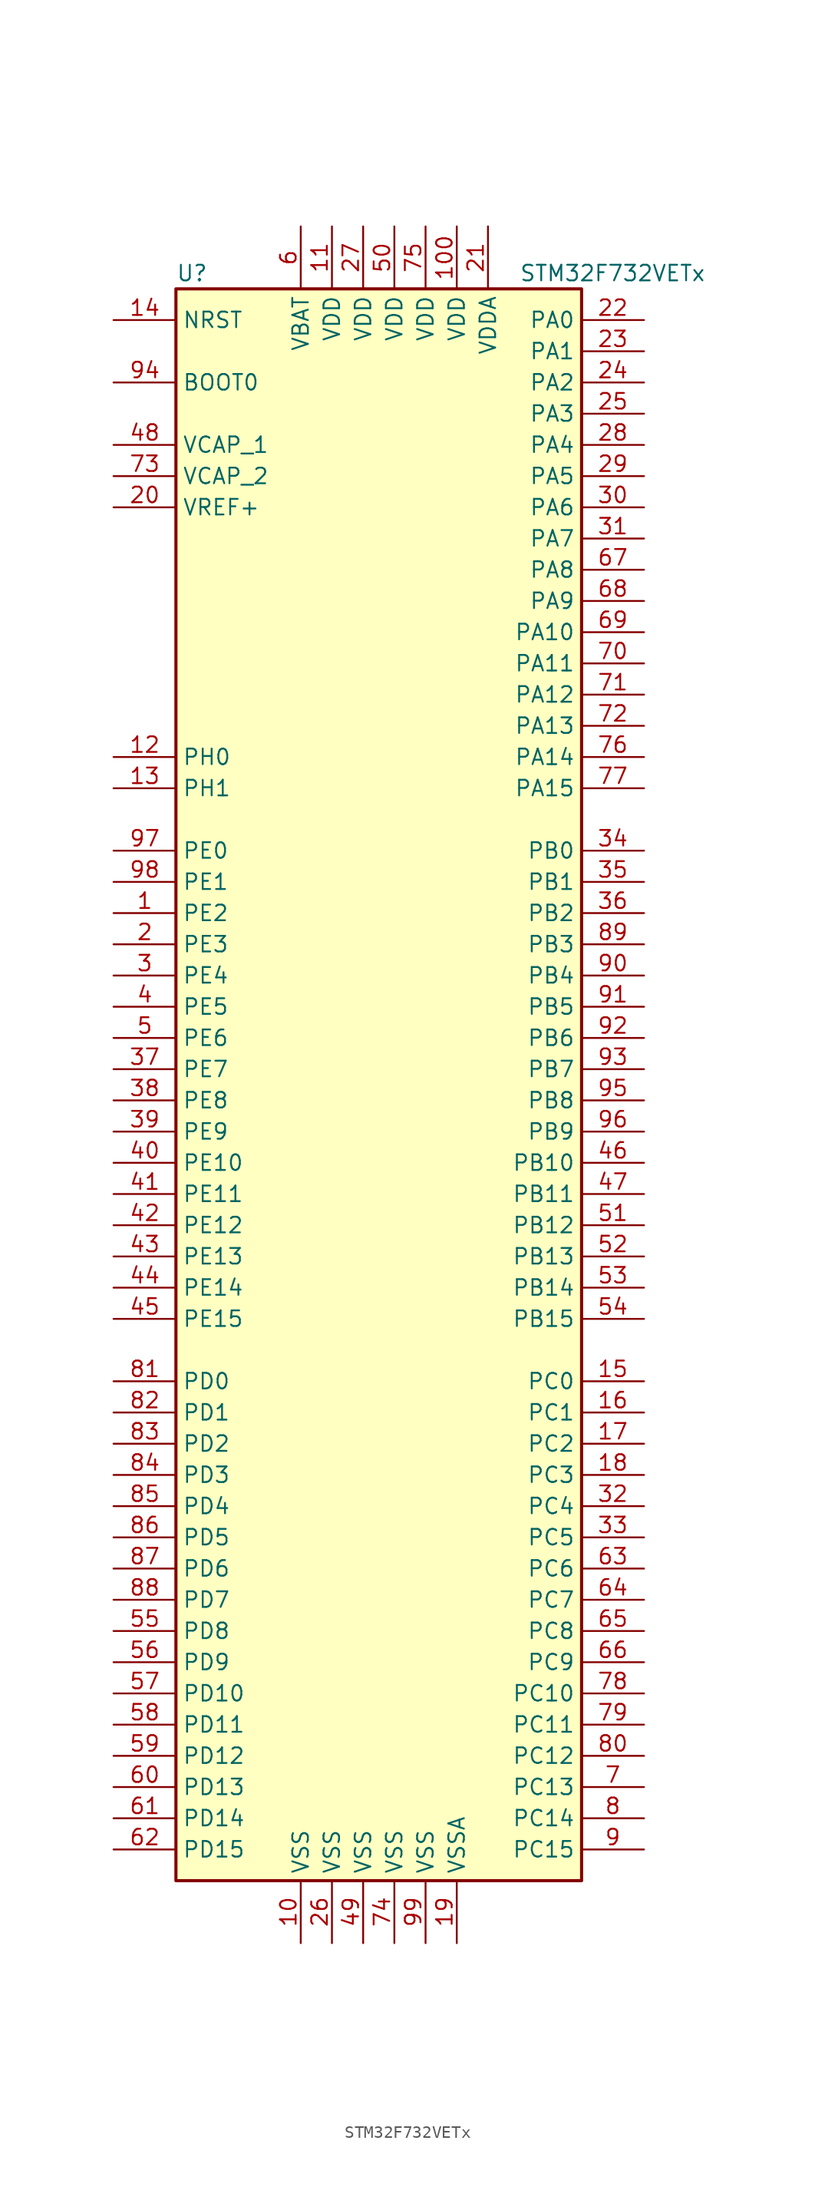
<source format=kicad_sym>
(kicad_symbol_lib
  (version 20201005)
  (generator kicad_symbol_editor)
  (symbol "STM32F732VETx"
    (property "Reference" "U"
      (at -17.78 64.77 0)
      (effects (font (size 1.27 1.27)) (justify left)))
    (property "Value" "STM32F732VETx"
      (at 10.16 64.77 0)
      (effects (font (size 1.27 1.27)) (justify left)))
    (symbol "STM32F732VETx_0_1"
      (rectangle (start -17.78 -66.04) (end 15.24 63.5) (stroke (width 0.254)) (fill (type background))))
    (symbol "STM32F732VETx_1_1"
      (pin input line (at -22.86 55.88 0) (length 5.08) (name "BOOT0" (effects (font (size 1.27 1.27)))) (number "94" (effects (font (size 1.27 1.27)))))
      (pin input line (at -22.86 60.96 0) (length 5.08) (name "NRST" (effects (font (size 1.27 1.27)))) (number "14" (effects (font (size 1.27 1.27)))))
      (pin bidirectional line (at 20.32 60.96 180) (length 5.08) (name "PA0" (effects (font (size 1.27 1.27)))) (number "22" (effects (font (size 1.27 1.27)))))
      (pin bidirectional line (at 20.32 58.42 180) (length 5.08) (name "PA1" (effects (font (size 1.27 1.27)))) (number "23" (effects (font (size 1.27 1.27)))))
      (pin bidirectional line (at 20.32 35.56 180) (length 5.08) (name "PA10" (effects (font (size 1.27 1.27)))) (number "69" (effects (font (size 1.27 1.27)))))
      (pin bidirectional line (at 20.32 33.02 180) (length 5.08) (name "PA11" (effects (font (size 1.27 1.27)))) (number "70" (effects (font (size 1.27 1.27)))))
      (pin bidirectional line (at 20.32 30.48 180) (length 5.08) (name "PA12" (effects (font (size 1.27 1.27)))) (number "71" (effects (font (size 1.27 1.27)))))
      (pin bidirectional line (at 20.32 27.94 180) (length 5.08) (name "PA13" (effects (font (size 1.27 1.27)))) (number "72" (effects (font (size 1.27 1.27)))))
      (pin bidirectional line (at 20.32 25.4 180) (length 5.08) (name "PA14" (effects (font (size 1.27 1.27)))) (number "76" (effects (font (size 1.27 1.27)))))
      (pin bidirectional line (at 20.32 22.86 180) (length 5.08) (name "PA15" (effects (font (size 1.27 1.27)))) (number "77" (effects (font (size 1.27 1.27)))))
      (pin bidirectional line (at 20.32 55.88 180) (length 5.08) (name "PA2" (effects (font (size 1.27 1.27)))) (number "24" (effects (font (size 1.27 1.27)))))
      (pin bidirectional line (at 20.32 53.34 180) (length 5.08) (name "PA3" (effects (font (size 1.27 1.27)))) (number "25" (effects (font (size 1.27 1.27)))))
      (pin bidirectional line (at 20.32 50.8 180) (length 5.08) (name "PA4" (effects (font (size 1.27 1.27)))) (number "28" (effects (font (size 1.27 1.27)))))
      (pin bidirectional line (at 20.32 48.26 180) (length 5.08) (name "PA5" (effects (font (size 1.27 1.27)))) (number "29" (effects (font (size 1.27 1.27)))))
      (pin bidirectional line (at 20.32 45.72 180) (length 5.08) (name "PA6" (effects (font (size 1.27 1.27)))) (number "30" (effects (font (size 1.27 1.27)))))
      (pin bidirectional line (at 20.32 43.18 180) (length 5.08) (name "PA7" (effects (font (size 1.27 1.27)))) (number "31" (effects (font (size 1.27 1.27)))))
      (pin bidirectional line (at 20.32 40.64 180) (length 5.08) (name "PA8" (effects (font (size 1.27 1.27)))) (number "67" (effects (font (size 1.27 1.27)))))
      (pin bidirectional line (at 20.32 38.1 180) (length 5.08) (name "PA9" (effects (font (size 1.27 1.27)))) (number "68" (effects (font (size 1.27 1.27)))))
      (pin bidirectional line (at 20.32 17.78 180) (length 5.08) (name "PB0" (effects (font (size 1.27 1.27)))) (number "34" (effects (font (size 1.27 1.27)))))
      (pin bidirectional line (at 20.32 15.24 180) (length 5.08) (name "PB1" (effects (font (size 1.27 1.27)))) (number "35" (effects (font (size 1.27 1.27)))))
      (pin bidirectional line (at 20.32 -7.62 180) (length 5.08) (name "PB10" (effects (font (size 1.27 1.27)))) (number "46" (effects (font (size 1.27 1.27)))))
      (pin bidirectional line (at 20.32 -10.16 180) (length 5.08) (name "PB11" (effects (font (size 1.27 1.27)))) (number "47" (effects (font (size 1.27 1.27)))))
      (pin bidirectional line (at 20.32 -12.7 180) (length 5.08) (name "PB12" (effects (font (size 1.27 1.27)))) (number "51" (effects (font (size 1.27 1.27)))))
      (pin bidirectional line (at 20.32 -15.24 180) (length 5.08) (name "PB13" (effects (font (size 1.27 1.27)))) (number "52" (effects (font (size 1.27 1.27)))))
      (pin bidirectional line (at 20.32 -17.78 180) (length 5.08) (name "PB14" (effects (font (size 1.27 1.27)))) (number "53" (effects (font (size 1.27 1.27)))))
      (pin bidirectional line (at 20.32 -20.32 180) (length 5.08) (name "PB15" (effects (font (size 1.27 1.27)))) (number "54" (effects (font (size 1.27 1.27)))))
      (pin bidirectional line (at 20.32 12.7 180) (length 5.08) (name "PB2" (effects (font (size 1.27 1.27)))) (number "36" (effects (font (size 1.27 1.27)))))
      (pin bidirectional line (at 20.32 10.16 180) (length 5.08) (name "PB3" (effects (font (size 1.27 1.27)))) (number "89" (effects (font (size 1.27 1.27)))))
      (pin bidirectional line (at 20.32 7.62 180) (length 5.08) (name "PB4" (effects (font (size 1.27 1.27)))) (number "90" (effects (font (size 1.27 1.27)))))
      (pin bidirectional line (at 20.32 5.08 180) (length 5.08) (name "PB5" (effects (font (size 1.27 1.27)))) (number "91" (effects (font (size 1.27 1.27)))))
      (pin bidirectional line (at 20.32 2.54 180) (length 5.08) (name "PB6" (effects (font (size 1.27 1.27)))) (number "92" (effects (font (size 1.27 1.27)))))
      (pin bidirectional line (at 20.32 0 180) (length 5.08) (name "PB7" (effects (font (size 1.27 1.27)))) (number "93" (effects (font (size 1.27 1.27)))))
      (pin bidirectional line (at 20.32 -2.54 180) (length 5.08) (name "PB8" (effects (font (size 1.27 1.27)))) (number "95" (effects (font (size 1.27 1.27)))))
      (pin bidirectional line (at 20.32 -5.08 180) (length 5.08) (name "PB9" (effects (font (size 1.27 1.27)))) (number "96" (effects (font (size 1.27 1.27)))))
      (pin bidirectional line (at 20.32 -25.4 180) (length 5.08) (name "PC0" (effects (font (size 1.27 1.27)))) (number "15" (effects (font (size 1.27 1.27)))))
      (pin bidirectional line (at 20.32 -27.94 180) (length 5.08) (name "PC1" (effects (font (size 1.27 1.27)))) (number "16" (effects (font (size 1.27 1.27)))))
      (pin bidirectional line (at 20.32 -50.8 180) (length 5.08) (name "PC10" (effects (font (size 1.27 1.27)))) (number "78" (effects (font (size 1.27 1.27)))))
      (pin bidirectional line (at 20.32 -53.34 180) (length 5.08) (name "PC11" (effects (font (size 1.27 1.27)))) (number "79" (effects (font (size 1.27 1.27)))))
      (pin bidirectional line (at 20.32 -55.88 180) (length 5.08) (name "PC12" (effects (font (size 1.27 1.27)))) (number "80" (effects (font (size 1.27 1.27)))))
      (pin bidirectional line (at 20.32 -58.42 180) (length 5.08) (name "PC13" (effects (font (size 1.27 1.27)))) (number "7" (effects (font (size 1.27 1.27)))))
      (pin bidirectional line (at 20.32 -60.96 180) (length 5.08) (name "PC14" (effects (font (size 1.27 1.27)))) (number "8" (effects (font (size 1.27 1.27)))))
      (pin bidirectional line (at 20.32 -63.5 180) (length 5.08) (name "PC15" (effects (font (size 1.27 1.27)))) (number "9" (effects (font (size 1.27 1.27)))))
      (pin bidirectional line (at 20.32 -30.48 180) (length 5.08) (name "PC2" (effects (font (size 1.27 1.27)))) (number "17" (effects (font (size 1.27 1.27)))))
      (pin bidirectional line (at 20.32 -33.02 180) (length 5.08) (name "PC3" (effects (font (size 1.27 1.27)))) (number "18" (effects (font (size 1.27 1.27)))))
      (pin bidirectional line (at 20.32 -35.56 180) (length 5.08) (name "PC4" (effects (font (size 1.27 1.27)))) (number "32" (effects (font (size 1.27 1.27)))))
      (pin bidirectional line (at 20.32 -38.1 180) (length 5.08) (name "PC5" (effects (font (size 1.27 1.27)))) (number "33" (effects (font (size 1.27 1.27)))))
      (pin bidirectional line (at 20.32 -40.64 180) (length 5.08) (name "PC6" (effects (font (size 1.27 1.27)))) (number "63" (effects (font (size 1.27 1.27)))))
      (pin bidirectional line (at 20.32 -43.18 180) (length 5.08) (name "PC7" (effects (font (size 1.27 1.27)))) (number "64" (effects (font (size 1.27 1.27)))))
      (pin bidirectional line (at 20.32 -45.72 180) (length 5.08) (name "PC8" (effects (font (size 1.27 1.27)))) (number "65" (effects (font (size 1.27 1.27)))))
      (pin bidirectional line (at 20.32 -48.26 180) (length 5.08) (name "PC9" (effects (font (size 1.27 1.27)))) (number "66" (effects (font (size 1.27 1.27)))))
      (pin bidirectional line (at -22.86 -25.4 0) (length 5.08) (name "PD0" (effects (font (size 1.27 1.27)))) (number "81" (effects (font (size 1.27 1.27)))))
      (pin bidirectional line (at -22.86 -27.94 0) (length 5.08) (name "PD1" (effects (font (size 1.27 1.27)))) (number "82" (effects (font (size 1.27 1.27)))))
      (pin bidirectional line (at -22.86 -50.8 0) (length 5.08) (name "PD10" (effects (font (size 1.27 1.27)))) (number "57" (effects (font (size 1.27 1.27)))))
      (pin bidirectional line (at -22.86 -53.34 0) (length 5.08) (name "PD11" (effects (font (size 1.27 1.27)))) (number "58" (effects (font (size 1.27 1.27)))))
      (pin bidirectional line (at -22.86 -55.88 0) (length 5.08) (name "PD12" (effects (font (size 1.27 1.27)))) (number "59" (effects (font (size 1.27 1.27)))))
      (pin bidirectional line (at -22.86 -58.42 0) (length 5.08) (name "PD13" (effects (font (size 1.27 1.27)))) (number "60" (effects (font (size 1.27 1.27)))))
      (pin bidirectional line (at -22.86 -60.96 0) (length 5.08) (name "PD14" (effects (font (size 1.27 1.27)))) (number "61" (effects (font (size 1.27 1.27)))))
      (pin bidirectional line (at -22.86 -63.5 0) (length 5.08) (name "PD15" (effects (font (size 1.27 1.27)))) (number "62" (effects (font (size 1.27 1.27)))))
      (pin bidirectional line (at -22.86 -30.48 0) (length 5.08) (name "PD2" (effects (font (size 1.27 1.27)))) (number "83" (effects (font (size 1.27 1.27)))))
      (pin bidirectional line (at -22.86 -33.02 0) (length 5.08) (name "PD3" (effects (font (size 1.27 1.27)))) (number "84" (effects (font (size 1.27 1.27)))))
      (pin bidirectional line (at -22.86 -35.56 0) (length 5.08) (name "PD4" (effects (font (size 1.27 1.27)))) (number "85" (effects (font (size 1.27 1.27)))))
      (pin bidirectional line (at -22.86 -38.1 0) (length 5.08) (name "PD5" (effects (font (size 1.27 1.27)))) (number "86" (effects (font (size 1.27 1.27)))))
      (pin bidirectional line (at -22.86 -40.64 0) (length 5.08) (name "PD6" (effects (font (size 1.27 1.27)))) (number "87" (effects (font (size 1.27 1.27)))))
      (pin bidirectional line (at -22.86 -43.18 0) (length 5.08) (name "PD7" (effects (font (size 1.27 1.27)))) (number "88" (effects (font (size 1.27 1.27)))))
      (pin bidirectional line (at -22.86 -45.72 0) (length 5.08) (name "PD8" (effects (font (size 1.27 1.27)))) (number "55" (effects (font (size 1.27 1.27)))))
      (pin bidirectional line (at -22.86 -48.26 0) (length 5.08) (name "PD9" (effects (font (size 1.27 1.27)))) (number "56" (effects (font (size 1.27 1.27)))))
      (pin bidirectional line (at -22.86 17.78 0) (length 5.08) (name "PE0" (effects (font (size 1.27 1.27)))) (number "97" (effects (font (size 1.27 1.27)))))
      (pin bidirectional line (at -22.86 15.24 0) (length 5.08) (name "PE1" (effects (font (size 1.27 1.27)))) (number "98" (effects (font (size 1.27 1.27)))))
      (pin bidirectional line (at -22.86 -7.62 0) (length 5.08) (name "PE10" (effects (font (size 1.27 1.27)))) (number "40" (effects (font (size 1.27 1.27)))))
      (pin bidirectional line (at -22.86 -10.16 0) (length 5.08) (name "PE11" (effects (font (size 1.27 1.27)))) (number "41" (effects (font (size 1.27 1.27)))))
      (pin bidirectional line (at -22.86 -12.7 0) (length 5.08) (name "PE12" (effects (font (size 1.27 1.27)))) (number "42" (effects (font (size 1.27 1.27)))))
      (pin bidirectional line (at -22.86 -15.24 0) (length 5.08) (name "PE13" (effects (font (size 1.27 1.27)))) (number "43" (effects (font (size 1.27 1.27)))))
      (pin bidirectional line (at -22.86 -17.78 0) (length 5.08) (name "PE14" (effects (font (size 1.27 1.27)))) (number "44" (effects (font (size 1.27 1.27)))))
      (pin bidirectional line (at -22.86 -20.32 0) (length 5.08) (name "PE15" (effects (font (size 1.27 1.27)))) (number "45" (effects (font (size 1.27 1.27)))))
      (pin bidirectional line (at -22.86 12.7 0) (length 5.08) (name "PE2" (effects (font (size 1.27 1.27)))) (number "1" (effects (font (size 1.27 1.27)))))
      (pin bidirectional line (at -22.86 10.16 0) (length 5.08) (name "PE3" (effects (font (size 1.27 1.27)))) (number "2" (effects (font (size 1.27 1.27)))))
      (pin bidirectional line (at -22.86 7.62 0) (length 5.08) (name "PE4" (effects (font (size 1.27 1.27)))) (number "3" (effects (font (size 1.27 1.27)))))
      (pin bidirectional line (at -22.86 5.08 0) (length 5.08) (name "PE5" (effects (font (size 1.27 1.27)))) (number "4" (effects (font (size 1.27 1.27)))))
      (pin bidirectional line (at -22.86 2.54 0) (length 5.08) (name "PE6" (effects (font (size 1.27 1.27)))) (number "5" (effects (font (size 1.27 1.27)))))
      (pin bidirectional line (at -22.86 0 0) (length 5.08) (name "PE7" (effects (font (size 1.27 1.27)))) (number "37" (effects (font (size 1.27 1.27)))))
      (pin bidirectional line (at -22.86 -2.54 0) (length 5.08) (name "PE8" (effects (font (size 1.27 1.27)))) (number "38" (effects (font (size 1.27 1.27)))))
      (pin bidirectional line (at -22.86 -5.08 0) (length 5.08) (name "PE9" (effects (font (size 1.27 1.27)))) (number "39" (effects (font (size 1.27 1.27)))))
      (pin input line (at -22.86 25.4 0) (length 5.08) (name "PH0" (effects (font (size 1.27 1.27)))) (number "12" (effects (font (size 1.27 1.27)))))
      (pin input line (at -22.86 22.86 0) (length 5.08) (name "PH1" (effects (font (size 1.27 1.27)))) (number "13" (effects (font (size 1.27 1.27)))))
      (pin power_in line (at -7.62 68.58 270) (length 5.08) (name "VBAT" (effects (font (size 1.27 1.27)))) (number "6" (effects (font (size 1.27 1.27)))))
      (pin power_in line (at -22.86 50.8 0) (length 5.08) (name "VCAP_1" (effects (font (size 1.27 1.27)))) (number "48" (effects (font (size 1.27 1.27)))))
      (pin power_in line (at -22.86 48.26 0) (length 5.08) (name "VCAP_2" (effects (font (size 1.27 1.27)))) (number "73" (effects (font (size 1.27 1.27)))))
      (pin power_in line (at 5.08 68.58 270) (length 5.08) (name "VDD" (effects (font (size 1.27 1.27)))) (number "100" (effects (font (size 1.27 1.27)))))
      (pin power_in line (at -5.08 68.58 270) (length 5.08) (name "VDD" (effects (font (size 1.27 1.27)))) (number "11" (effects (font (size 1.27 1.27)))))
      (pin power_in line (at -2.54 68.58 270) (length 5.08) (name "VDD" (effects (font (size 1.27 1.27)))) (number "27" (effects (font (size 1.27 1.27)))))
      (pin power_in line (at 0 68.58 270) (length 5.08) (name "VDD" (effects (font (size 1.27 1.27)))) (number "50" (effects (font (size 1.27 1.27)))))
      (pin power_in line (at 2.54 68.58 270) (length 5.08) (name "VDD" (effects (font (size 1.27 1.27)))) (number "75" (effects (font (size 1.27 1.27)))))
      (pin power_in line (at 7.62 68.58 270) (length 5.08) (name "VDDA" (effects (font (size 1.27 1.27)))) (number "21" (effects (font (size 1.27 1.27)))))
      (pin power_in line (at -22.86 45.72 0) (length 5.08) (name "VREF+" (effects (font (size 1.27 1.27)))) (number "20" (effects (font (size 1.27 1.27)))))
      (pin power_in line (at -7.62 -71.12 90) (length 5.08) (name "VSS" (effects (font (size 1.27 1.27)))) (number "10" (effects (font (size 1.27 1.27)))))
      (pin power_in line (at -5.08 -71.12 90) (length 5.08) (name "VSS" (effects (font (size 1.27 1.27)))) (number "26" (effects (font (size 1.27 1.27)))))
      (pin power_in line (at -2.54 -71.12 90) (length 5.08) (name "VSS" (effects (font (size 1.27 1.27)))) (number "49" (effects (font (size 1.27 1.27)))))
      (pin power_in line (at 0 -71.12 90) (length 5.08) (name "VSS" (effects (font (size 1.27 1.27)))) (number "74" (effects (font (size 1.27 1.27)))))
      (pin power_in line (at 2.54 -71.12 90) (length 5.08) (name "VSS" (effects (font (size 1.27 1.27)))) (number "99" (effects (font (size 1.27 1.27)))))
      (pin power_in line (at 5.08 -71.12 90) (length 5.08) (name "VSSA" (effects (font (size 1.27 1.27)))) (number "19" (effects (font (size 1.27 1.27))))))))
</source>
